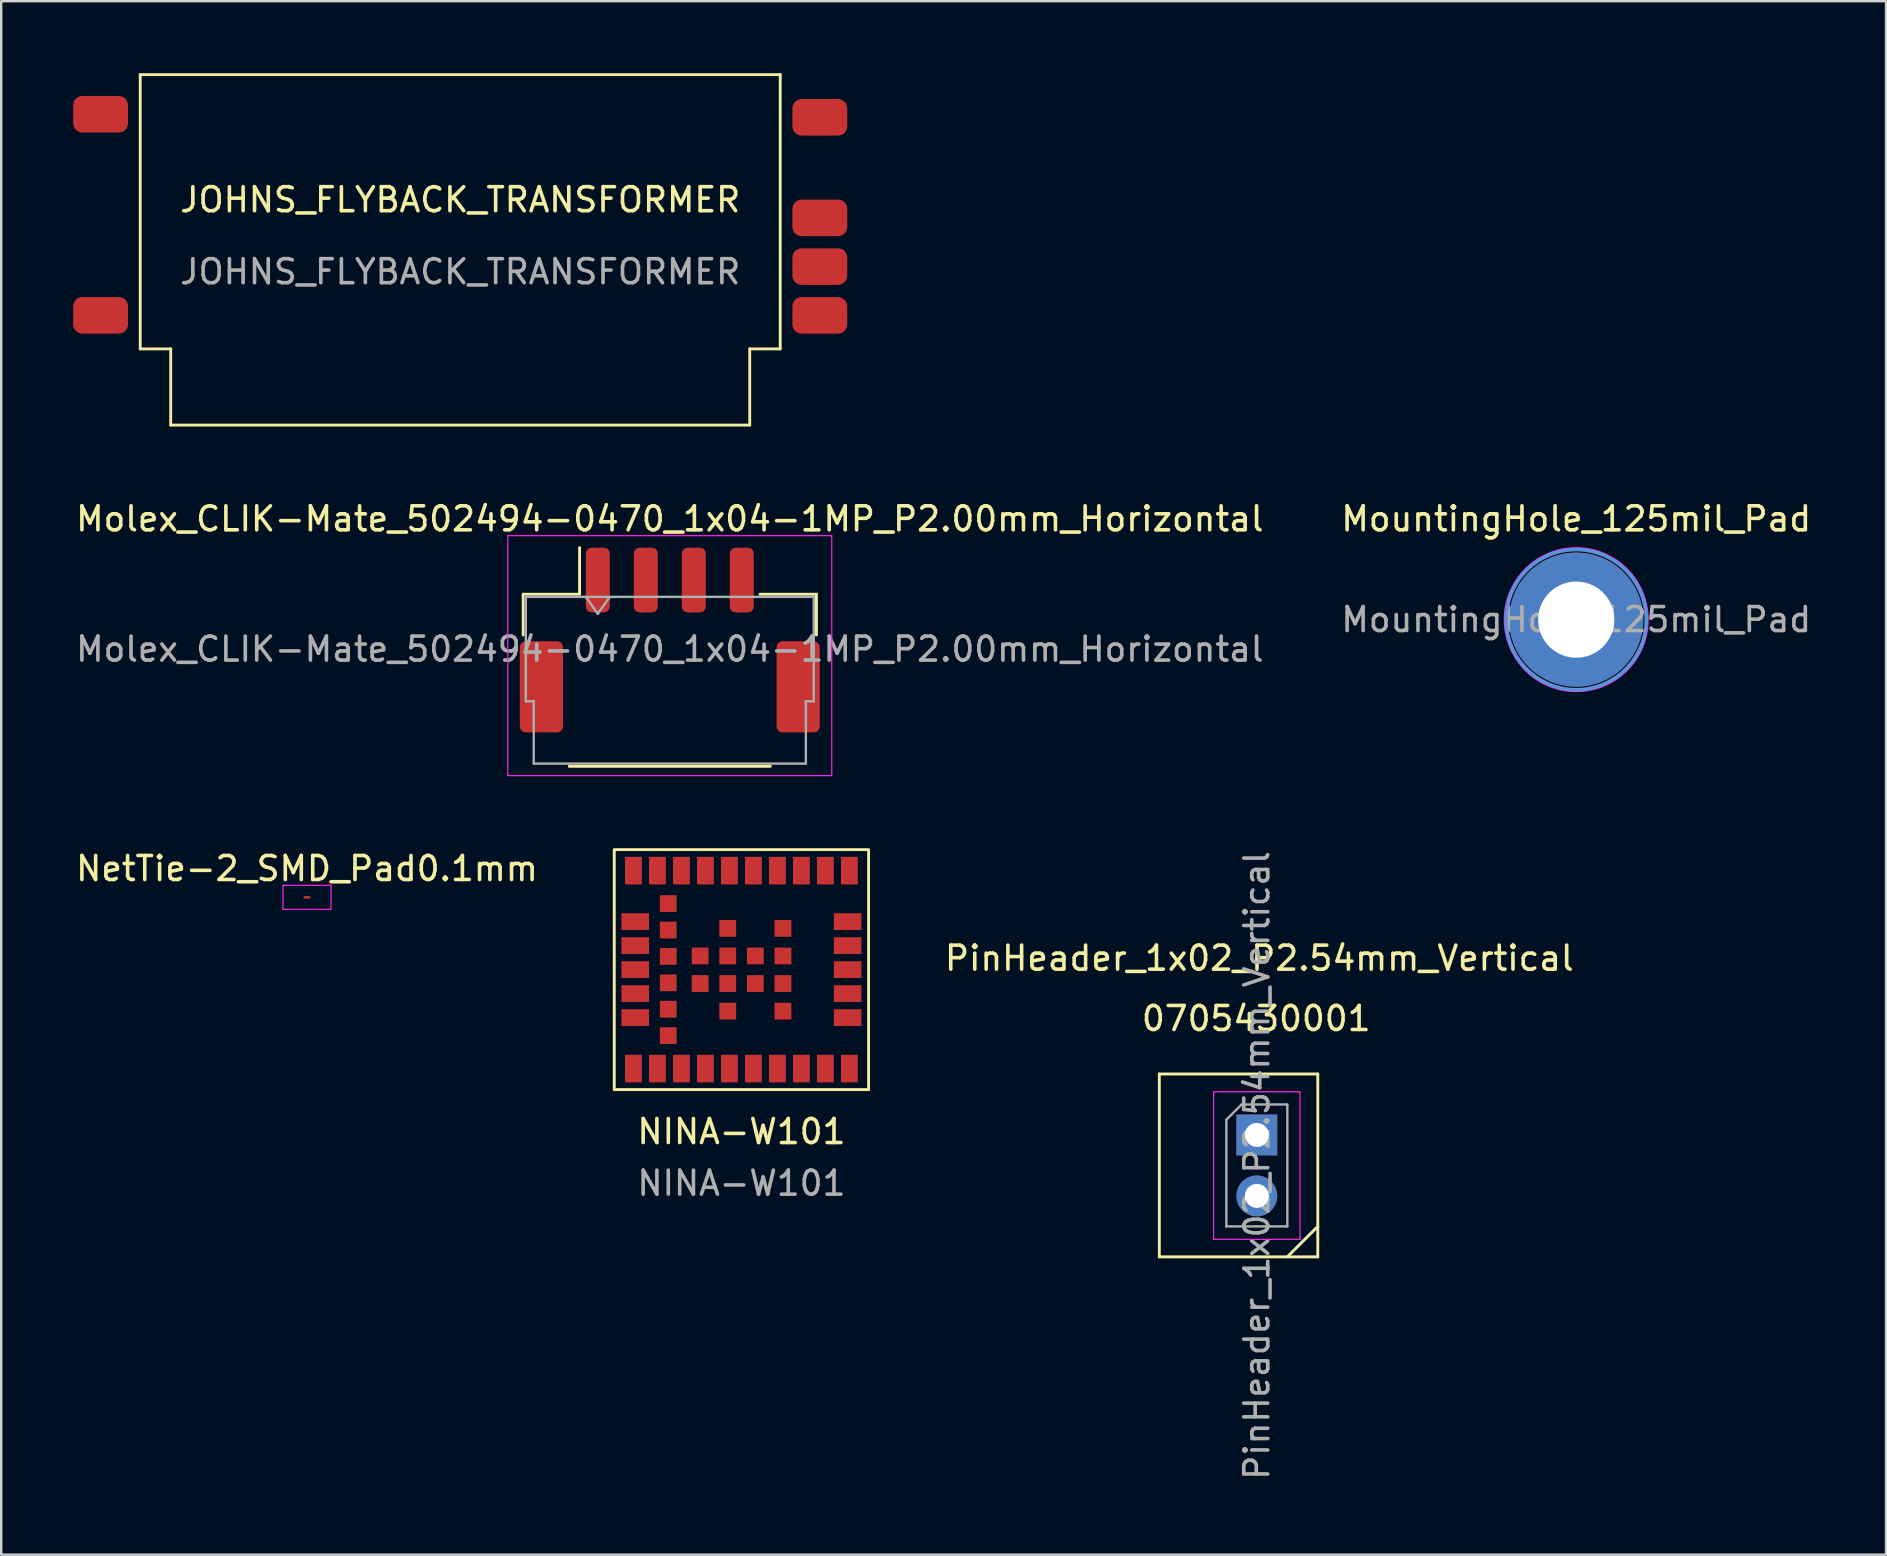
<source format=kicad_pcb>
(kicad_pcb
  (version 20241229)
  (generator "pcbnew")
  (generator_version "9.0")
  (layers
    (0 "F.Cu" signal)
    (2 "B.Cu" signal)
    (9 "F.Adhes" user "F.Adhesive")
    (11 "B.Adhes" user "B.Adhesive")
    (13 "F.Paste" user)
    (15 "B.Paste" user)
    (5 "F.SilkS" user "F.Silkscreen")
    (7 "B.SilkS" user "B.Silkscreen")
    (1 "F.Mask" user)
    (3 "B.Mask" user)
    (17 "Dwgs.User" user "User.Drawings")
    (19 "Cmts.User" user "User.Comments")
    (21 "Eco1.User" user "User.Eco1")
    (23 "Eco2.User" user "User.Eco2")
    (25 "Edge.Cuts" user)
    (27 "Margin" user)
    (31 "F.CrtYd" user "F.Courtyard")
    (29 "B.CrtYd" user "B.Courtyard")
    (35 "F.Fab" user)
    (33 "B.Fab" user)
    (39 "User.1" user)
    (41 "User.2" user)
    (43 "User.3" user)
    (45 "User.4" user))
  (footprint "NetTie-2_SMD_Pad0.1mm"
    (layer "F.Cu")
    (at 9.744 34.346)
    (property "Reference" "NetTie-2_SMD_Pad0.1mm" (at 0 -1.2 0) (layer "F.SilkS") (effects (font (size 1 1) (thickness 0.15))))
    (attr exclude_from_pos_files exclude_from_bom)
    (fp_poly (pts (xy -0.1 -0.05) (xy 0.1 -0.05) (xy 0.1 0.05) (xy -0.1 0.05)) (stroke (width 0) (type solid)) (fill yes) (layer "F.Cu"))
    (fp_line (start -1 -0.5) (end -1 0.5) (stroke (width 0.05) (type solid)) (layer "F.CrtYd"))
    (fp_line (start -1 0.5) (end 1 0.5) (stroke (width 0.05) (type solid)) (layer "F.CrtYd"))
    (fp_line (start 1 -0.5) (end -1 -0.5) (stroke (width 0.05) (type solid)) (layer "F.CrtYd"))
    (fp_line (start 1 0.5) (end 1 -0.5) (stroke (width 0.05) (type solid)) (layer "F.CrtYd"))
    (pad "1" smd circle (at -0.1 0) (size 0.1 0.1) (layers "F.Cu"))
    (pad "2" smd circle (at 0.1 0) (size 0.1 0.1) (layers "F.Cu")))
  (footprint "PinHeader_1x02_P2.54mm_Vertical"
    (layer "F.Cu")
    (at 49.327 44.248)
    (property "Reference" "PinHeader_1x02_P2.54mm_Vertical" (at 0.102 -7.366 0) (layer "F.SilkS") (effects (font (size 1 1) (thickness 0.15))))
    (attr through_hole)
    (fp_line (start -4.064 5.08) (end -4.064 -2.54) (stroke (width 0.12) (type solid)) (layer "F.SilkS"))
    (fp_line (start 2.54 -2.54) (end -4.064 -2.54) (stroke (width 0.12) (type solid)) (layer "F.SilkS"))
    (fp_line (start 2.54 -2.54) (end 2.54 5.08) (stroke (width 0.12) (type solid)) (layer "F.SilkS"))
    (fp_line (start 2.54 3.81) (end 1.27 5.08) (stroke (width 0.12) (type solid)) (layer "F.SilkS"))
    (fp_line (start 2.54 5.08) (end -4.064 5.08) (stroke (width 0.12) (type solid)) (layer "F.SilkS"))
    (fp_line (start -1.8 -1.8) (end -1.8 4.35) (stroke (width 0.05) (type solid)) (layer "F.CrtYd"))
    (fp_line (start -1.8 4.35) (end 1.8 4.35) (stroke (width 0.05) (type solid)) (layer "F.CrtYd"))
    (fp_line (start 1.8 -1.8) (end -1.8 -1.8) (stroke (width 0.05) (type solid)) (layer "F.CrtYd"))
    (fp_line (start 1.8 4.35) (end 1.8 -1.8) (stroke (width 0.05) (type solid)) (layer "F.CrtYd"))
    (fp_line (start -1.27 -0.635) (end -0.635 -1.27) (stroke (width 0.1) (type solid)) (layer "F.Fab"))
    (fp_line (start -1.27 3.81) (end -1.27 -0.635) (stroke (width 0.1) (type solid)) (layer "F.Fab"))
    (fp_line (start -0.635 -1.27) (end 1.27 -1.27) (stroke (width 0.1) (type solid)) (layer "F.Fab"))
    (fp_line (start 1.27 -1.27) (end 1.27 3.81) (stroke (width 0.1) (type solid)) (layer "F.Fab"))
    (fp_line (start 1.27 3.81) (end -1.27 3.81) (stroke (width 0.1) (type solid)) (layer "F.Fab"))
    (fp_text user "0705430001" (at -0.025 -4.851 0) (layer "F.SilkS") (effects (font (size 1 1) (thickness 0.15))))
    (fp_text user "${REFERENCE}" (at 0 1.27 90) (layer "F.Fab") (effects (font (size 1 1) (thickness 0.15))))
    (pad "1" thru_hole rect (at 0 0) (size 1.7 1.7) (drill 1) (layers "*.Cu" "*.Mask"))
    (pad "2" thru_hole oval (at 0 2.54) (size 1.7 1.7) (drill 1) (layers "*.Cu" "*.Mask")))
  (footprint "Molex_CLIK-Mate_502494-0470_1x04-1MP_P2.00mm_Horizontal"
    (layer "F.Cu")
    (at 24.863 23.623)
    (property "Reference" "Molex_CLIK-Mate_502494-0470_1x04-1MP_P2.00mm_Horizontal" (at 0 -5.05 0) (layer "F.SilkS") (effects (font (size 1 1) (thickness 0.15))))
    (attr smd)
    (fp_line (start -6.11 -1.91) (end -3.76 -1.91) (stroke (width 0.12) (type solid)) (layer "F.SilkS"))
    (fp_line (start -6.11 -0.21) (end -6.11 -1.91) (stroke (width 0.12) (type solid)) (layer "F.SilkS"))
    (fp_line (start -4.19 5.26) (end 4.19 5.26) (stroke (width 0.12) (type solid)) (layer "F.SilkS"))
    (fp_line (start -3.76 -1.91) (end -3.76 -3.85) (stroke (width 0.12) (type solid)) (layer "F.SilkS"))
    (fp_line (start 6.11 -1.91) (end 3.76 -1.91) (stroke (width 0.12) (type solid)) (layer "F.SilkS"))
    (fp_line (start 6.11 -0.21) (end 6.11 -1.91) (stroke (width 0.12) (type solid)) (layer "F.SilkS"))
    (fp_line (start -6.75 -4.35) (end -6.75 5.65) (stroke (width 0.05) (type solid)) (layer "F.CrtYd"))
    (fp_line (start -6.75 5.65) (end 6.75 5.65) (stroke (width 0.05) (type solid)) (layer "F.CrtYd"))
    (fp_line (start 6.75 -4.35) (end -6.75 -4.35) (stroke (width 0.05) (type solid)) (layer "F.CrtYd"))
    (fp_line (start 6.75 5.65) (end 6.75 -4.35) (stroke (width 0.05) (type solid)) (layer "F.CrtYd"))
    (fp_line (start -6 -1.8) (end -6 2.55) (stroke (width 0.1) (type solid)) (layer "F.Fab"))
    (fp_line (start -6 -1.8) (end 6 -1.8) (stroke (width 0.1) (type solid)) (layer "F.Fab"))
    (fp_line (start -6 2.55) (end -5.67 2.55) (stroke (width 0.1) (type solid)) (layer "F.Fab"))
    (fp_line (start -5.67 2.55) (end -5.67 5.15) (stroke (width 0.1) (type solid)) (layer "F.Fab"))
    (fp_line (start -5.67 5.15) (end 5.67 5.15) (stroke (width 0.1) (type solid)) (layer "F.Fab"))
    (fp_line (start -3.5 -1.8) (end -3 -1.093) (stroke (width 0.1) (type solid)) (layer "F.Fab"))
    (fp_line (start -3 -1.093) (end -2.5 -1.8) (stroke (width 0.1) (type solid)) (layer "F.Fab"))
    (fp_line (start 5.67 2.55) (end 6 2.55) (stroke (width 0.1) (type solid)) (layer "F.Fab"))
    (fp_line (start 5.67 5.15) (end 5.67 2.55) (stroke (width 0.1) (type solid)) (layer "F.Fab"))
    (fp_line (start 6 -1.8) (end 6 2.55) (stroke (width 0.1) (type solid)) (layer "F.Fab"))
    (fp_text user "${REFERENCE}" (at 0 0.38 0) (layer "F.Fab") (effects (font (size 1 1) (thickness 0.15))))
    (pad "1" smd roundrect (at -3 -2.5) (size 1 2.7) (layers "F.Cu" "F.Mask" "F.Paste") (roundrect_rratio 0.25))
    (pad "2" smd roundrect (at -1 -2.5) (size 1 2.7) (layers "F.Cu" "F.Mask" "F.Paste") (roundrect_rratio 0.25))
    (pad "3" smd roundrect (at 1 -2.5) (size 1 2.7) (layers "F.Cu" "F.Mask" "F.Paste") (roundrect_rratio 0.25))
    (pad "4" smd roundrect (at 3 -2.5) (size 1 2.7) (layers "F.Cu" "F.Mask" "F.Paste") (roundrect_rratio 0.25))
    (pad "MP" smd roundrect (at -5.35 1.95) (size 1.8 3.8) (layers "F.Cu" "F.Mask" "F.Paste") (roundrect_rratio 0.139))
    (pad "MP" smd roundrect (at 5.35 1.95) (size 1.8 3.8) (layers "F.Cu" "F.Mask" "F.Paste") (roundrect_rratio 0.139)))
  (footprint "NINA-W101"
    (layer "F.Cu")
    (at 27.848 37.358)
    (property "Reference" "NINA-W101" (at 0 6.75 0) (unlocked yes) (layer "F.SilkS") (effects (font (size 1 1) (thickness 0.15))))
    (attr smd)
    (fp_rect (start -5.3 5) (end 5.3 -5) (stroke (width 0.12) (type solid)) (fill no) (layer "F.SilkS"))
    (fp_text user "${REFERENCE}" (at 0 8.9 0) (unlocked yes) (layer "F.Fab") (effects (font (size 1 1) (thickness 0.15))))
    (pad "1" smd rect (at -4.5 4.125) (size 0.7 1.15) (layers "F.Cu" "F.Mask" "F.Paste"))
    (pad "2" smd rect (at -3.5 4.125) (size 0.7 1.15) (layers "F.Cu" "F.Mask" "F.Paste"))
    (pad "3" smd rect (at -2.5 4.125) (size 0.7 1.15) (layers "F.Cu" "F.Mask" "F.Paste"))
    (pad "4" smd rect (at -1.5 4.125) (size 0.7 1.15) (layers "F.Cu" "F.Mask" "F.Paste"))
    (pad "5" smd rect (at -0.5 4.125) (size 0.7 1.15) (layers "F.Cu" "F.Mask" "F.Paste"))
    (pad "6" smd rect (at 0.5 4.125) (size 0.7 1.15) (layers "F.Cu" "F.Mask" "F.Paste"))
    (pad "7" smd rect (at 1.5 4.125) (size 0.7 1.15) (layers "F.Cu" "F.Mask" "F.Paste"))
    (pad "8" smd rect (at 2.5 4.125) (size 0.7 1.15) (layers "F.Cu" "F.Mask" "F.Paste"))
    (pad "9" smd rect (at 3.5 4.125) (size 0.7 1.15) (layers "F.Cu" "F.Mask" "F.Paste"))
    (pad "10" smd rect (at 4.5 4.125) (size 0.7 1.15) (layers "F.Cu" "F.Mask" "F.Paste"))
    (pad "11" smd rect (at 4.425 2) (size 1.15 0.7) (layers "F.Cu" "F.Mask" "F.Paste"))
    (pad "12" smd rect (at 4.425 1) (size 1.15 0.7) (layers "F.Cu" "F.Mask" "F.Paste"))
    (pad "13" smd rect (at 4.425 0) (size 1.15 0.7) (layers "F.Cu" "F.Mask" "F.Paste"))
    (pad "14" smd rect (at 4.425 -1) (size 1.15 0.7) (layers "F.Cu" "F.Mask" "F.Paste"))
    (pad "15" smd rect (at 4.425 -2) (size 1.15 0.7) (layers "F.Cu" "F.Mask" "F.Paste"))
    (pad "16" smd rect (at 4.5 -4.125) (size 0.7 1.15) (layers "F.Cu" "F.Mask" "F.Paste"))
    (pad "17" smd rect (at 3.5 -4.125) (size 0.7 1.15) (layers "F.Cu" "F.Mask" "F.Paste"))
    (pad "18" smd rect (at 2.5 -4.125) (size 0.7 1.15) (layers "F.Cu" "F.Mask" "F.Paste"))
    (pad "19" smd rect (at 1.5 -4.125) (size 0.7 1.15) (layers "F.Cu" "F.Mask" "F.Paste"))
    (pad "20" smd rect (at 0.5 -4.125) (size 0.7 1.15) (layers "F.Cu" "F.Mask" "F.Paste"))
    (pad "21" smd rect (at -0.5 -4.125) (size 0.7 1.15) (layers "F.Cu" "F.Mask" "F.Paste"))
    (pad "22" smd rect (at -1.5 -4.125) (size 0.7 1.15) (layers "F.Cu" "F.Mask" "F.Paste"))
    (pad "23" smd rect (at -2.5 -4.125) (size 0.7 1.15) (layers "F.Cu" "F.Mask" "F.Paste"))
    (pad "24" smd rect (at -3.5 -4.125) (size 0.7 1.15) (layers "F.Cu" "F.Mask" "F.Paste"))
    (pad "25" smd rect (at -4.5 -4.125) (size 0.7 1.15) (layers "F.Cu" "F.Mask" "F.Paste"))
    (pad "26" smd rect (at -4.425 -2) (size 1.15 0.7) (layers "F.Cu" "F.Mask" "F.Paste"))
    (pad "27" smd rect (at -4.425 -1) (size 1.15 0.7) (layers "F.Cu" "F.Mask" "F.Paste"))
    (pad "28" smd rect (at -4.425 0) (size 1.15 0.7) (layers "F.Cu" "F.Mask" "F.Paste"))
    (pad "29" smd rect (at -4.425 1) (size 1.15 0.7) (layers "F.Cu" "F.Mask" "F.Paste"))
    (pad "30" smd rect (at -4.425 2) (size 1.15 0.7) (layers "F.Cu" "F.Mask" "F.Paste"))
    (pad "31" smd rect (at -3.05 2.75) (size 0.7 0.7) (layers "F.Cu" "F.Mask" "F.Paste"))
    (pad "32" smd rect (at -3.05 1.65) (size 0.7 0.7) (layers "F.Cu" "F.Mask" "F.Paste"))
    (pad "33" smd rect (at -3.05 0.55) (size 0.7 0.7) (layers "F.Cu" "F.Mask" "F.Paste"))
    (pad "34" smd rect (at -3.05 -0.55) (size 0.7 0.7) (layers "F.Cu" "F.Mask" "F.Paste"))
    (pad "35" smd rect (at -3.05 -1.65) (size 0.7 0.7) (layers "F.Cu" "F.Mask" "F.Paste"))
    (pad "36" smd rect (at -3.05 -2.75) (size 0.7 0.7) (layers "F.Cu" "F.Mask" "F.Paste"))
    (pad "PAD" smd rect (at -1.72 -0.57) (size 0.7 0.7) (layers "F.Cu" "F.Mask" "F.Paste"))
    (pad "PAD" smd rect (at -1.72 0.58) (size 0.7 0.7) (layers "F.Cu" "F.Mask" "F.Paste"))
    (pad "PAD" smd rect (at -0.57 -1.72) (size 0.7 0.7) (layers "F.Cu" "F.Mask" "F.Paste"))
    (pad "PAD" smd rect (at -0.57 -0.57) (size 0.7 0.7) (layers "F.Cu" "F.Mask" "F.Paste"))
    (pad "PAD" smd rect (at -0.57 0.58) (size 0.7 0.7) (layers "F.Cu" "F.Mask" "F.Paste"))
    (pad "PAD" smd rect (at -0.57 1.73) (size 0.7 0.7) (layers "F.Cu" "F.Mask" "F.Paste"))
    (pad "PAD" smd rect (at 0.58 -0.57) (size 0.7 0.7) (layers "F.Cu" "F.Mask" "F.Paste"))
    (pad "PAD" smd rect (at 0.58 0.58) (size 0.7 0.7) (layers "F.Cu" "F.Mask" "F.Paste"))
    (pad "PAD" smd rect (at 1.73 -1.72) (size 0.7 0.7) (layers "F.Cu" "F.Mask" "F.Paste"))
    (pad "PAD" smd rect (at 1.73 -0.57) (size 0.7 0.7) (layers "F.Cu" "F.Mask" "F.Paste"))
    (pad "PAD" smd rect (at 1.73 0.58) (size 0.7 0.7) (layers "F.Cu" "F.Mask" "F.Paste"))
    (pad "PAD" smd rect (at 1.73 1.73) (size 0.7 0.7) (layers "F.Cu" "F.Mask" "F.Paste")))
  (footprint "MountingHole_125mil_Pad"
    (layer "F.Cu")
    (at 62.637 22.773)
    (property "Reference" "MountingHole_125mil_Pad" (at 0 -4.2 0) (layer "F.SilkS") (effects (font (size 1 1) (thickness 0.15))))
    (attr exclude_from_pos_files exclude_from_bom)
    (fp_circle (center 0 0) (end 2.921 0) (stroke (width 0.15) (type solid)) (fill no) (layer "Cmts.User"))
    (fp_circle (center 0 0) (end 2.997 0) (stroke (width 0.05) (type solid)) (fill no) (layer "F.CrtYd"))
    (fp_text user "${REFERENCE}" (at 0 0 0) (layer "F.Fab") (effects (font (size 1 1) (thickness 0.15))))
    (pad "1" thru_hole circle (at 0 0) (size 5.588 5.588) (drill 3.175) (layers "*.Cu" "*.Mask")))
  (footprint "JOHNS_FLYBACK_TRANSFORMER"
    (layer "F.Cu")
    (at 16.129 5.775)
    (property "Reference" "JOHNS_FLYBACK_TRANSFORMER" (at 0 -0.5 0) (unlocked yes) (layer "F.SilkS") (effects (font (size 1 1) (thickness 0.15))))
    (attr smd)
    (fp_line (start -13.335 -5.715) (end -13.335 5.715) (stroke (width 0.12) (type solid)) (layer "F.SilkS"))
    (fp_line (start -12.065 5.715) (end -13.335 5.715) (stroke (width 0.12) (type solid)) (layer "F.SilkS"))
    (fp_line (start -12.065 8.89) (end -12.065 5.715) (stroke (width 0.12) (type solid)) (layer "F.SilkS"))
    (fp_line (start -12.065 8.89) (end 12.065 8.89) (stroke (width 0.12) (type solid)) (layer "F.SilkS"))
    (fp_line (start 12.065 5.715) (end 13.335 5.715) (stroke (width 0.12) (type solid)) (layer "F.SilkS"))
    (fp_line (start 12.065 8.89) (end 12.065 5.715) (stroke (width 0.12) (type solid)) (layer "F.SilkS"))
    (fp_line (start 13.335 -5.715) (end -13.335 -5.715) (stroke (width 0.12) (type solid)) (layer "F.SilkS"))
    (fp_line (start 13.335 5.715) (end 13.335 -5.715) (stroke (width 0.12) (type solid)) (layer "F.SilkS"))
    (fp_text user "${REFERENCE}" (at 0 2.5 0) (unlocked yes) (layer "F.Fab") (effects (font (size 1 1) (thickness 0.15))))
    (pad "1" smd roundrect (at -14.986 -4.064) (size 2.286 1.524) (layers "F.Cu" "F.Mask" "F.Paste") (roundrect_rratio 0.25))
    (pad "1" smd roundrect (at -14.986 4.318) (size 2.286 1.524) (layers "F.Cu" "F.Mask" "F.Paste") (roundrect_rratio 0.25))
    (pad "1" smd roundrect (at 14.986 -3.937) (size 2.286 1.524) (layers "F.Cu" "F.Mask" "F.Paste") (roundrect_rratio 0.25))
    (pad "1" smd roundrect (at 14.986 0.254) (size 2.286 1.524) (layers "F.Cu" "F.Mask" "F.Paste") (roundrect_rratio 0.25))
    (pad "1" smd roundrect (at 14.986 2.286) (size 2.286 1.524) (layers "F.Cu" "F.Mask" "F.Paste") (roundrect_rratio 0.25))
    (pad "1" smd roundrect (at 14.986 4.318) (size 2.286 1.524) (layers "F.Cu" "F.Mask" "F.Paste") (roundrect_rratio 0.25)))
  (gr_rect
    (start -3 -3)
    (end 75.548 61.739)
    (stroke (width 0.1) (type default))
    (fill no)
    (layer "Edge.Cuts")))
</source>
